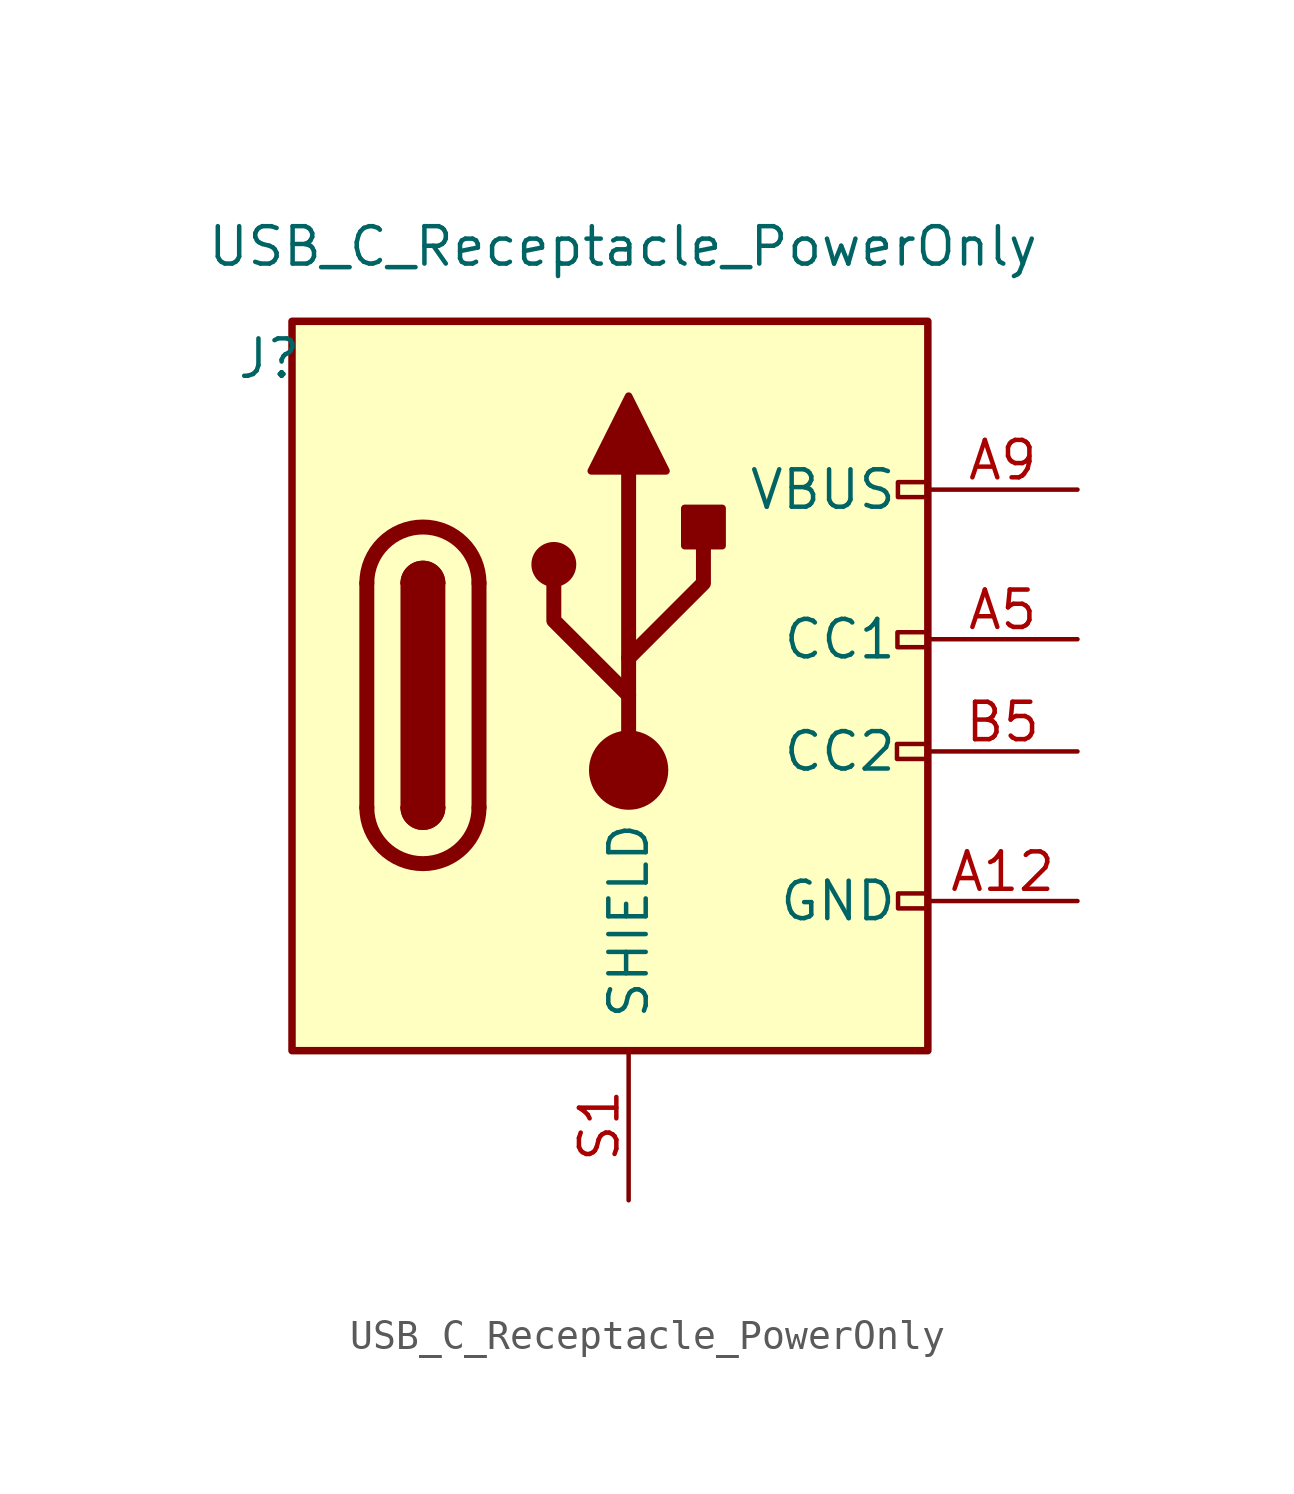
<source format=kicad_sym>
(kicad_symbol_lib
  (version 20220914)
  (generator kicad_symbol_editor)
  (symbol "USB_C_Receptacle_PowerOnly"
    (pin_names
      (offset 1.016))
    (property "Reference" "J"
      (at -13.335 15.875 0)
      (effects (font (size 1.27 1.27)) (justify left)))
    (property "Value" "USB_C_Receptacle_PowerOnly"
      (at 13.97 19.685 0)
      (effects (font (size 1.27 1.27)) (justify right)))
    (symbol "USB_C_Receptacle_PowerOnly_0_0"
      (rectangle (start 9.111 2.793) (end 10.127 2.285) (stroke (width 0) (type default)) (fill (type none)))
      (rectangle (start 9.127 6.587) (end 10.143 6.079) (stroke (width 0) (type default)) (fill (type none)))
      (rectangle (start 9.144 11.684) (end 10.16 11.176) (stroke (width 0) (type default)) (fill (type none)))
      (rectangle (start 9.148 -2.282) (end 10.164 -2.79) (stroke (width 0) (type default)) (fill (type none))))
    (symbol "USB_C_Receptacle_PowerOnly_0_1"
      (rectangle (start -11.43 17.145) (end 10.16 -7.62) (stroke (width 0.254) (type default)) (fill (type background)))
      (arc (start -8.89 0.635) (mid -6.985 -1.2617) (end -5.08 0.635) (stroke (width 0.508) (type default)) (fill (type none)))
      (arc (start -7.62 0.635) (mid -6.985 0.0027) (end -6.35 0.635) (stroke (width 0.254) (type default)) (fill (type none)))
      (arc (start -7.62 0.635) (mid -6.985 0.0027) (end -6.35 0.635) (stroke (width 0.254) (type default)) (fill (type outline)))
      (rectangle (start -7.62 0.635) (end -6.35 8.255) (stroke (width 0.254) (type default)) (fill (type outline)))
      (arc (start -6.35 8.255) (mid -6.985 8.8873) (end -7.62 8.255) (stroke (width 0.254) (type default)) (fill (type none)))
      (arc (start -6.35 8.255) (mid -6.985 8.8873) (end -7.62 8.255) (stroke (width 0.254) (type default)) (fill (type outline)))
      (arc (start -5.08 8.255) (mid -6.985 10.1517) (end -8.89 8.255) (stroke (width 0.508) (type default)) (fill (type none)))
      (circle (center -2.54 8.89) (radius 0.635) (stroke (width 0.254) (type default)) (fill (type outline)))
      (polyline (pts (xy -8.89 0.635) (xy -8.89 8.255)) (stroke (width 0.508) (type default)) (fill (type none)))
      (polyline (pts (xy -5.08 8.255) (xy -5.08 0.635)) (stroke (width 0.508) (type default)) (fill (type none)))
      (polyline (pts (xy 0 1.905) (xy 0 12.065)) (stroke (width 0.508) (type default)) (fill (type none)))
      (polyline (pts (xy 0 4.445) (xy -2.54 6.985) (xy -2.54 8.255)) (stroke (width 0.508) (type default)) (fill (type none)))
      (polyline (pts (xy 0 5.715) (xy 2.54 8.255) (xy 2.54 9.525)) (stroke (width 0.508) (type default)) (fill (type none)))
      (polyline (pts (xy -1.27 12.065) (xy 0 14.605) (xy 1.27 12.065) (xy -1.27 12.065)) (stroke (width 0.254) (type default)) (fill (type outline)))
      (circle (center 0 1.905) (radius 1.27) (stroke (width 0) (type default)) (fill (type outline)))
      (rectangle (start 1.905 9.525) (end 3.175 10.795) (stroke (width 0.254) (type default)) (fill (type outline))))
    (symbol "USB_C_Receptacle_PowerOnly_1_1"
      (pin power_out line (at 15.24 -2.54 180) (length 5.08) (name "GND" (effects (font (size 1.27 1.27)))) (number "A12" (effects (font (size 1.27 1.27)))))
      (pin bidirectional line (at 15.24 6.35 180) (length 5.08) (name "CC1" (effects (font (size 1.27 1.27)))) (number "A5" (effects (font (size 1.27 1.27)))))
      (pin power_out line (at 15.24 11.43 180) (length 5.08) (name "VBUS" (effects (font (size 1.27 1.27)))) (number "A9" (effects (font (size 1.27 1.27)))))
      (pin passive line (at 15.24 -2.54 180) (length 5.08) hide (name "GND" (effects (font (size 1.27 1.27)))) (number "B12" (effects (font (size 1.27 1.27)))))
      (pin bidirectional line (at 15.24 2.54 180) (length 5.08) (name "CC2" (effects (font (size 1.27 1.27)))) (number "B5" (effects (font (size 1.27 1.27)))))
      (pin passive line (at 15.24 11.43 180) (length 5.08) hide (name "VBUS" (effects (font (size 1.27 1.27)))) (number "B9" (effects (font (size 1.27 1.27)))))
      (pin passive line (at 0 -12.7 90) (length 5.08) (name "SHIELD" (effects (font (size 1.27 1.27)))) (number "S1" (effects (font (size 1.27 1.27))))))))
</source>
